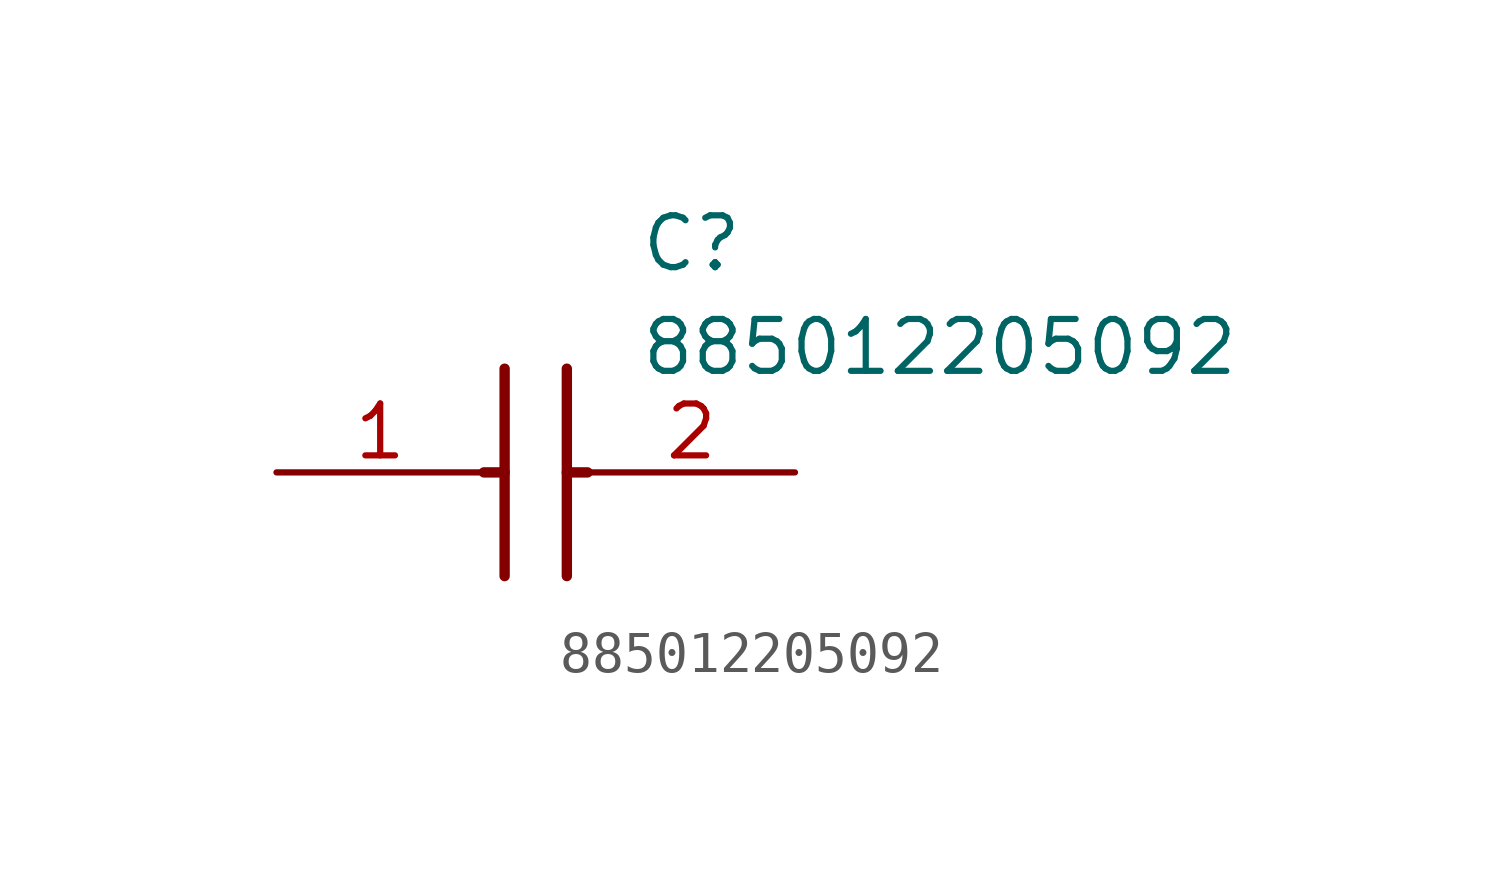
<source format=kicad_sym>
(kicad_symbol_lib
  (version 20211014)
  (generator SamacSys_ECAD_Model)
  (symbol "885012205092"
    (pin_names hide)
    (property "Reference" "C"
      (at 8.89 6.35 0)
      (effects (font (size 1.27 1.27)) (justify left top)))
    (property "Value" "885012205092"
      (at 8.89 3.81 0)
      (effects (font (size 1.27 1.27)) (justify left top)))
    (polyline
      (pts (xy 5.588 2.54) (xy 5.588 -2.54))
      (stroke (width 0.254) (type default))
      (fill (type none)))
    (polyline
      (pts (xy 7.112 2.54) (xy 7.112 -2.54))
      (stroke (width 0.254) (type default))
      (fill (type none)))
    (polyline
      (pts (xy 5.08 0) (xy 5.588 0))
      (stroke (width 0.254) (type default))
      (fill (type none)))
    (polyline
      (pts (xy 7.112 0) (xy 7.62 0))
      (stroke (width 0.254) (type default))
      (fill (type none)))
    (pin passive line
      (at 0 0 0)
      (length 5.08)
      (name "1" (effects (font (size 1.27 1.27))))
      (number "1" (effects (font (size 1.27 1.27)))))
    (pin passive line
      (at 12.7 0 180)
      (length 5.08)
      (name "2" (effects (font (size 1.27 1.27))))
      (number "2" (effects (font (size 1.27 1.27)))))))
</source>
